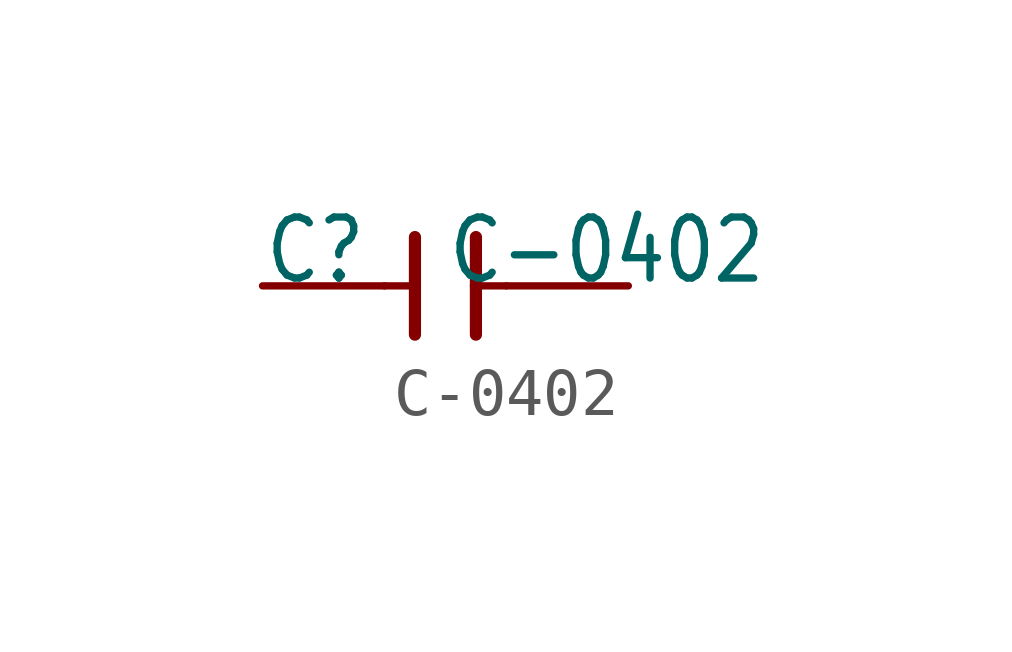
<source format=kicad_sym>
(kicad_symbol_lib
  (version 20211014)
  (generator kicad_symbol_editor)
  (symbol "C-0402"
    (property "Reference" "C"
      (at -3.81 0 0)
      (effects (font (size 1.27 1.079)) (justify left bottom)))
    (property "Value" "C-0402"
      (at 0 0 0)
      (effects (font (size 1.27 1.079)) (justify left bottom)))
    (property "ki_locked" ""
      (at 0 0 0)
      (effects (font (size 1.27 1.27))))
    (symbol "C-0402_1_0"
      (polyline (pts (xy -1.27 0) (xy -0.635 0)) (stroke (width 0.152) (type default) (color 0 0 0 0)) (fill (type none)))
      (polyline (pts (xy -0.635 -1.016) (xy -0.635 0)) (stroke (width 0.254) (type default) (color 0 0 0 0)) (fill (type none)))
      (polyline (pts (xy -0.635 0) (xy -0.635 1.016)) (stroke (width 0.254) (type default) (color 0 0 0 0)) (fill (type none)))
      (polyline (pts (xy 0.635 0) (xy 0.635 -1.016)) (stroke (width 0.254) (type default) (color 0 0 0 0)) (fill (type none)))
      (polyline (pts (xy 0.635 0) (xy 1.27 0)) (stroke (width 0.152) (type default) (color 0 0 0 0)) (fill (type none)))
      (polyline (pts (xy 0.635 1.016) (xy 0.635 0)) (stroke (width 0.254) (type default) (color 0 0 0 0)) (fill (type none)))
      (pin passive line (at -3.81 0 0) (length 2.54) (name "1" (effects (font (size 0 0)))) (number "1" (effects (font (size 0 0)))))
      (pin passive line (at 3.81 0 180) (length 2.54) (name "2" (effects (font (size 0 0)))) (number "2" (effects (font (size 0 0))))))))
</source>
